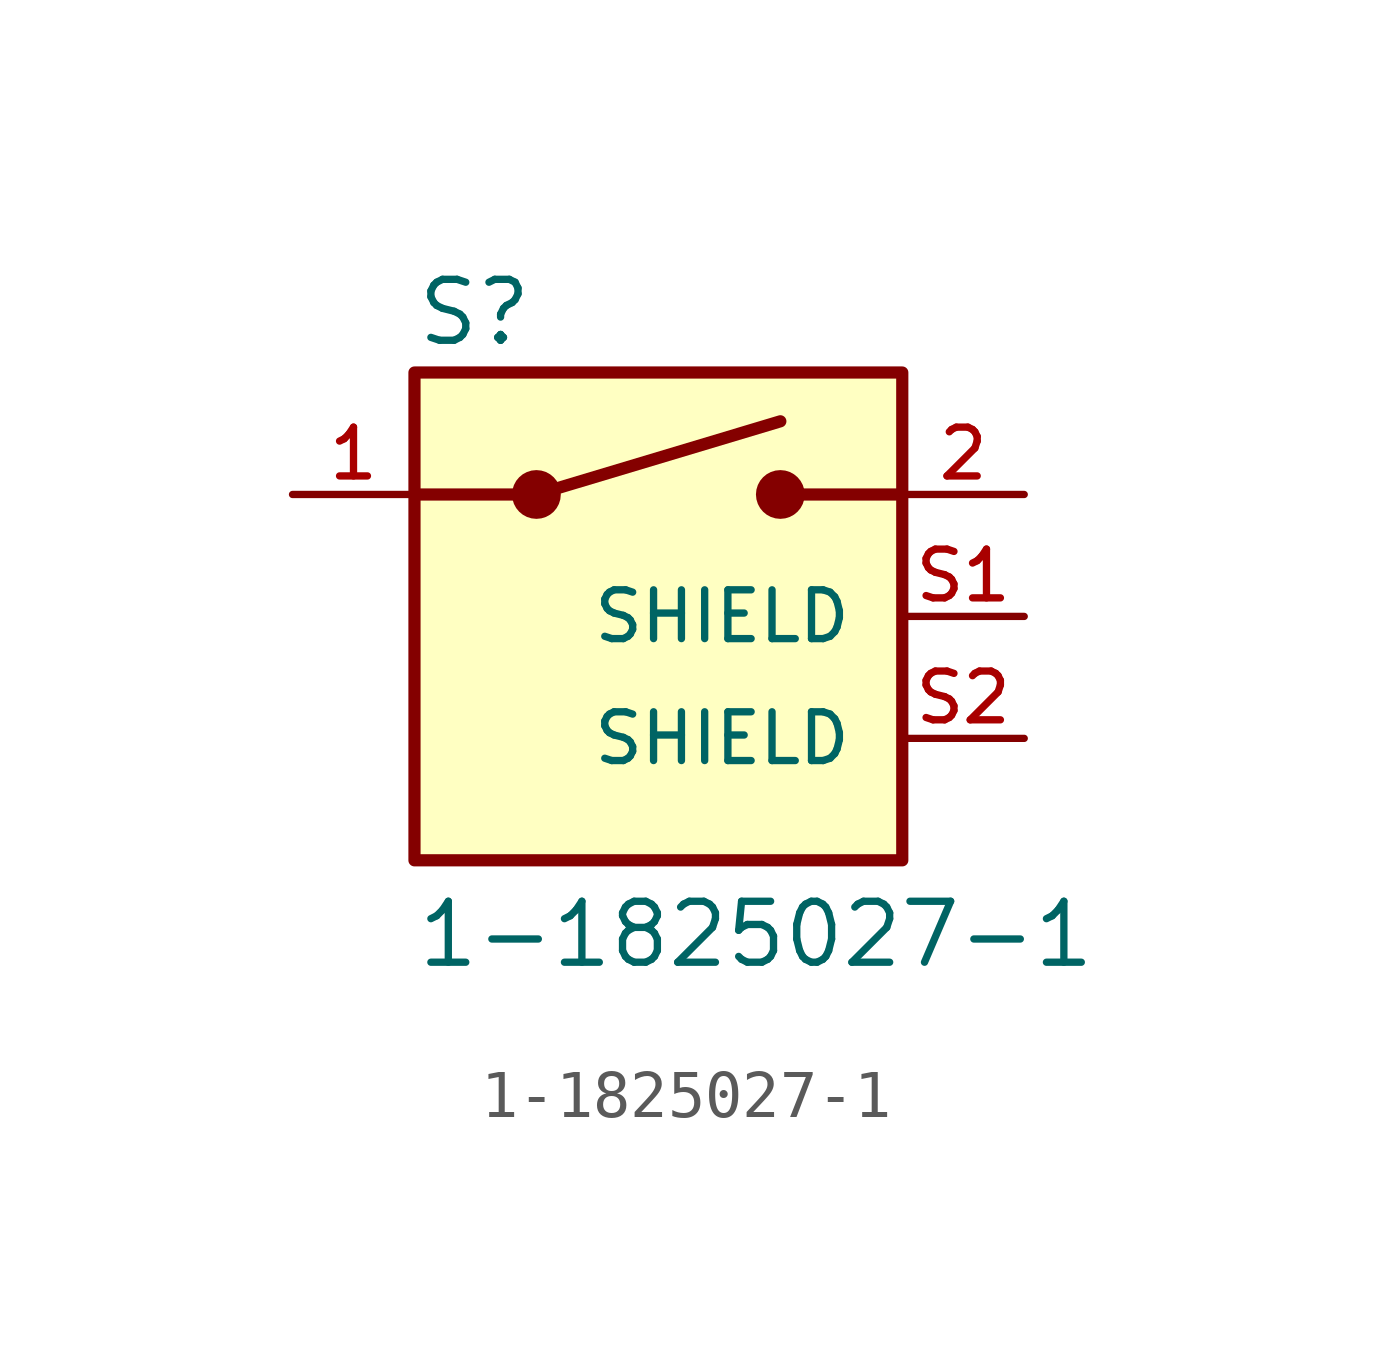
<source format=kicad_sym>
(kicad_symbol_lib
  (version 20211014)
  (generator kicad_symbol_editor)
  (symbol "1-1825027-1"
    (pin_names
      (offset 1.016))
    (property "Reference" "S"
      (at -5.08 5.588 0)
      (effects (font (size 1.27 1.27)) (justify left bottom)))
    (property "Value" "1-1825027-1"
      (at -5.08 -7.366 0)
      (effects (font (size 1.27 1.27)) (justify left bottom)))
    (property "ki_locked" ""
      (at 0 0 0)
      (effects (font (size 1.27 1.27))))
    (symbol "1-1825027-1_0_0"
      (rectangle (start -5.08 -5.08) (end 5.08 5.08) (stroke (width 0.254) (type default) (color 0 0 0 0)) (fill (type background)))
      (circle (center -2.54 2.54) (radius 0.254) (stroke (width 0.508) (type default) (color 0 0 0 0)) (fill (type none)))
      (polyline (pts (xy -5.08 2.54) (xy -2.54 2.54)) (stroke (width 0.254) (type default) (color 0 0 0 0)) (fill (type none)))
      (polyline (pts (xy -2.54 2.54) (xy 2.54 4.064)) (stroke (width 0.254) (type default) (color 0 0 0 0)) (fill (type none)))
      (polyline (pts (xy 2.54 2.54) (xy 5.08 2.54)) (stroke (width 0.254) (type default) (color 0 0 0 0)) (fill (type none)))
      (circle (center 2.54 2.54) (radius 0.254) (stroke (width 0.508) (type default) (color 0 0 0 0)) (fill (type none)))
      (pin passive line (at -7.62 2.54 0) (length 2.54) (name "~" (effects (font (size 1.016 1.016)))) (number "1" (effects (font (size 1.016 1.016)))))
      (pin passive line (at 7.62 2.54 180) (length 2.54) (name "~" (effects (font (size 1.016 1.016)))) (number "2" (effects (font (size 1.016 1.016)))))
      (pin power_in line (at 7.62 0 180) (length 2.54) (name "SHIELD" (effects (font (size 1.016 1.016)))) (number "S1" (effects (font (size 1.016 1.016)))))
      (pin power_in line (at 7.62 -2.54 180) (length 2.54) (name "SHIELD" (effects (font (size 1.016 1.016)))) (number "S2" (effects (font (size 1.016 1.016))))))))
</source>
